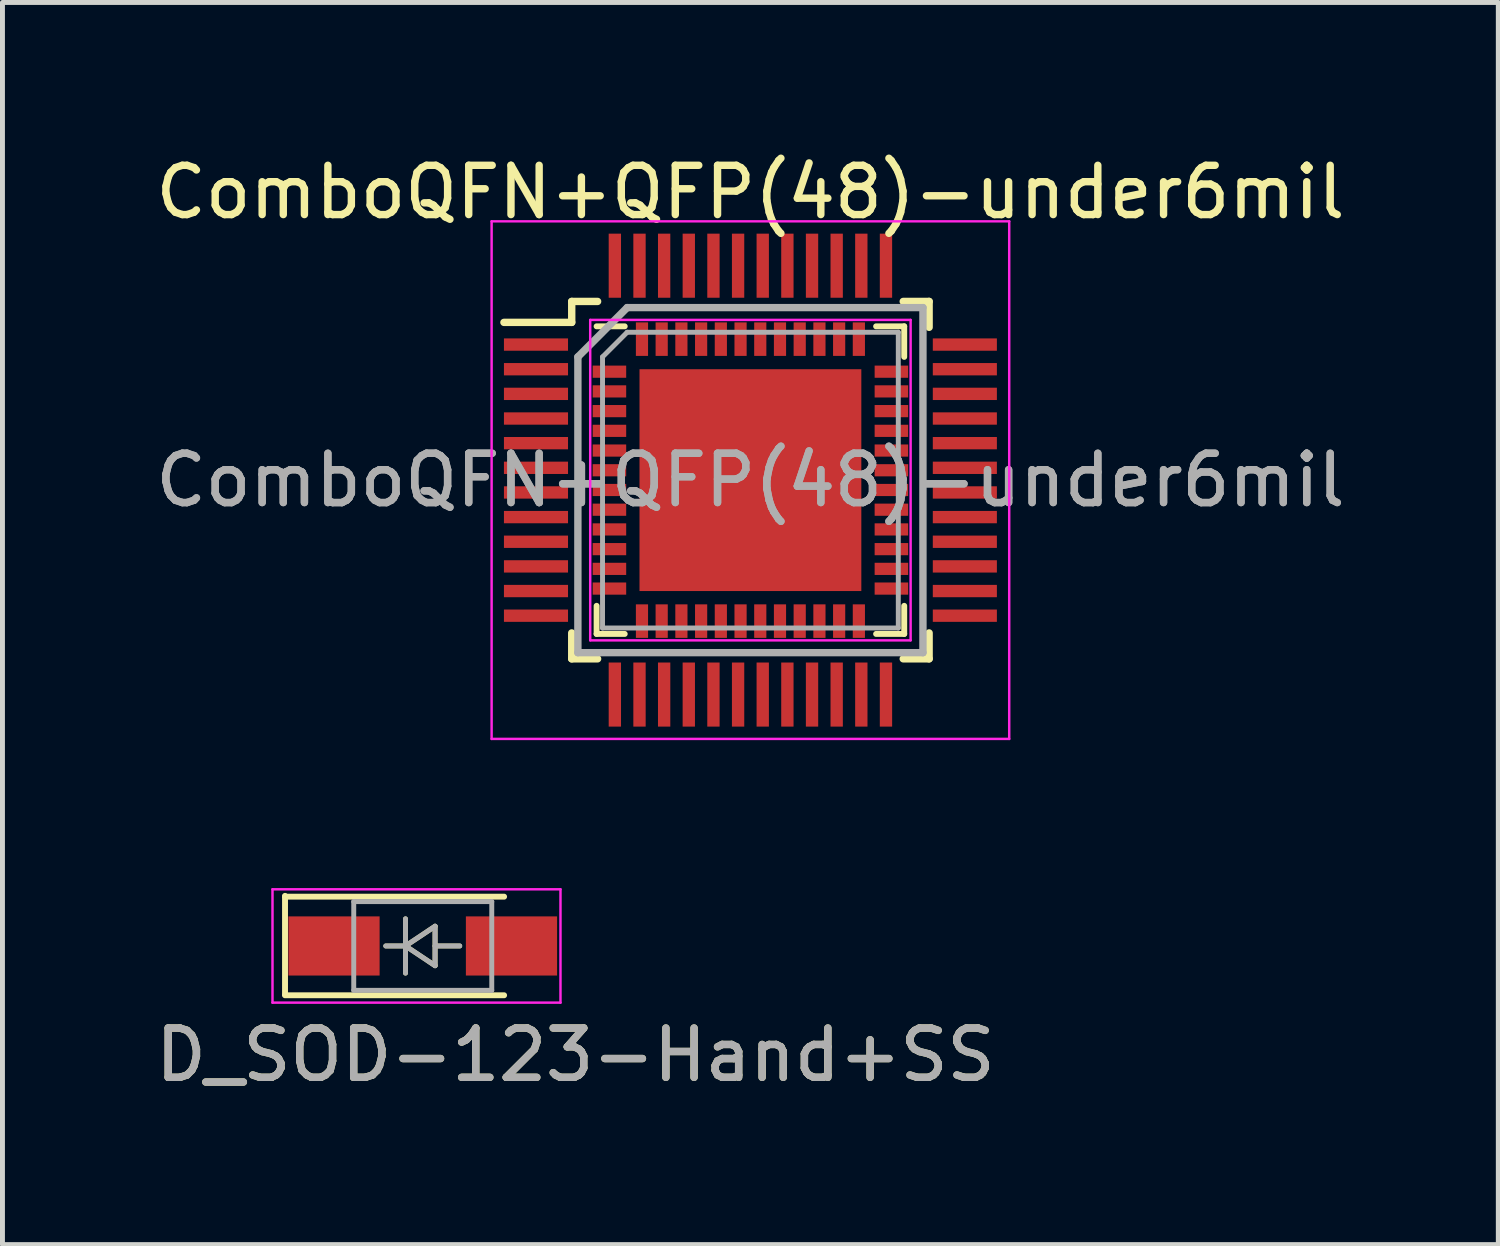
<source format=kicad_pcb>
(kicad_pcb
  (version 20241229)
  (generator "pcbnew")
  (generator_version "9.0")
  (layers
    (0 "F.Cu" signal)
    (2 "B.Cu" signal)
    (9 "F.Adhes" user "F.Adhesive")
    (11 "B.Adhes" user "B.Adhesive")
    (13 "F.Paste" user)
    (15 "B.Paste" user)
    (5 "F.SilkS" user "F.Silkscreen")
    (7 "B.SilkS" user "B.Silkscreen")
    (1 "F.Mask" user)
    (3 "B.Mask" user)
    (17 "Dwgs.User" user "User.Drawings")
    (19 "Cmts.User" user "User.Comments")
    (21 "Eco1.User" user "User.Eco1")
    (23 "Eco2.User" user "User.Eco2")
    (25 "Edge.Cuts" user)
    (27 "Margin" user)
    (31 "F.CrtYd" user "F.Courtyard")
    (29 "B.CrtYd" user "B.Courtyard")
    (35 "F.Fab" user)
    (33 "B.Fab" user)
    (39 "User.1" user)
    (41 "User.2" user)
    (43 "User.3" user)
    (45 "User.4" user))
  (footprint "ComboQFN+QFP(48)-under6mil"
    (layer "F.Cu")
    (at 12.173 6.69)
    (property "Reference" "ComboQFN+QFP(48)-under6mil" (at 0 -5.842 0) (layer "F.SilkS") (effects (font (size 1 1) (thickness 0.15))))
    (attr smd)
    (fp_line (start -3.625 -3.625) (end -3.625 -3.2) (stroke (width 0.15) (type solid)) (layer "F.SilkS"))
    (fp_line (start -3.625 -3.625) (end -3.1 -3.625) (stroke (width 0.15) (type solid)) (layer "F.SilkS"))
    (fp_line (start -3.625 -3.2) (end -5 -3.2) (stroke (width 0.15) (type solid)) (layer "F.SilkS"))
    (fp_line (start -3.625 3.625) (end -3.625 3.1) (stroke (width 0.15) (type solid)) (layer "F.SilkS"))
    (fp_line (start -3.625 3.625) (end -3.1 3.625) (stroke (width 0.15) (type solid)) (layer "F.SilkS"))
    (fp_line (start -3.12 -3.12) (end -2.55 -3.12) (stroke (width 0.12) (type solid)) (layer "F.SilkS"))
    (fp_line (start -3.12 3.12) (end -3.12 2.55) (stroke (width 0.12) (type solid)) (layer "F.SilkS"))
    (fp_line (start -2.55 3.12) (end -3.12 3.12) (stroke (width 0.12) (type solid)) (layer "F.SilkS"))
    (fp_line (start 2.55 -3.12) (end 3.12 -3.12) (stroke (width 0.12) (type solid)) (layer "F.SilkS"))
    (fp_line (start 2.55 3.12) (end 3.12 3.12) (stroke (width 0.12) (type solid)) (layer "F.SilkS"))
    (fp_line (start 3.12 -2.5) (end 3.12 -3.12) (stroke (width 0.12) (type solid)) (layer "F.SilkS"))
    (fp_line (start 3.12 3.12) (end 3.12 2.55) (stroke (width 0.12) (type solid)) (layer "F.SilkS"))
    (fp_line (start 3.625 -3.625) (end 3.1 -3.625) (stroke (width 0.15) (type solid)) (layer "F.SilkS"))
    (fp_line (start 3.625 -3.625) (end 3.625 -3.1) (stroke (width 0.15) (type solid)) (layer "F.SilkS"))
    (fp_line (start 3.625 3.625) (end 3.1 3.625) (stroke (width 0.15) (type solid)) (layer "F.SilkS"))
    (fp_line (start 3.625 3.625) (end 3.625 3.1) (stroke (width 0.15) (type solid)) (layer "F.SilkS"))
    (fp_line (start -5.25 -5.25) (end -5.25 5.25) (stroke (width 0.05) (type solid)) (layer "F.CrtYd"))
    (fp_line (start -5.25 -5.25) (end 5.25 -5.25) (stroke (width 0.05) (type solid)) (layer "F.CrtYd"))
    (fp_line (start -5.25 5.25) (end 5.25 5.25) (stroke (width 0.05) (type solid)) (layer "F.CrtYd"))
    (fp_line (start -3.25 -3.25) (end -3.25 3.25) (stroke (width 0.05) (type solid)) (layer "F.CrtYd"))
    (fp_line (start -3.25 3.25) (end 3.25 3.25) (stroke (width 0.05) (type solid)) (layer "F.CrtYd"))
    (fp_line (start 3.25 -3.25) (end -3.25 -3.25) (stroke (width 0.05) (type solid)) (layer "F.CrtYd"))
    (fp_line (start 3.25 3.25) (end 3.25 -3.25) (stroke (width 0.05) (type solid)) (layer "F.CrtYd"))
    (fp_line (start 5.25 -5.25) (end 5.25 5.25) (stroke (width 0.05) (type solid)) (layer "F.CrtYd"))
    (fp_line (start -3.5 -2.5) (end -2.5 -3.5) (stroke (width 0.15) (type solid)) (layer "F.Fab"))
    (fp_line (start -3.5 3.5) (end -3.5 -2.5) (stroke (width 0.15) (type solid)) (layer "F.Fab"))
    (fp_line (start -3 3) (end -3 -2.5) (stroke (width 0.1) (type solid)) (layer "F.Fab"))
    (fp_line (start -2.5 -3.5) (end 3.5 -3.5) (stroke (width 0.15) (type solid)) (layer "F.Fab"))
    (fp_line (start -2.5 -3) (end -3 -2.5) (stroke (width 0.1) (type solid)) (layer "F.Fab"))
    (fp_line (start 3 -3) (end -2.5 -3) (stroke (width 0.1) (type solid)) (layer "F.Fab"))
    (fp_line (start 3 -3) (end 3 3) (stroke (width 0.1) (type solid)) (layer "F.Fab"))
    (fp_line (start 3 3) (end -3 3) (stroke (width 0.1) (type solid)) (layer "F.Fab"))
    (fp_line (start 3.5 -3.5) (end 3.5 3.5) (stroke (width 0.15) (type solid)) (layer "F.Fab"))
    (fp_line (start 3.5 3.5) (end -3.5 3.5) (stroke (width 0.15) (type solid)) (layer "F.Fab"))
    (fp_text user "${REFERENCE}" (at 0 0 0) (layer "F.Fab") (effects (font (size 1 1) (thickness 0.15))))
    (fp_text user "${REFERENCE}" (at 0 0 0) (layer "F.Fab") (effects (font (size 1 1) (thickness 0.15))))
    (pad "" smd rect (at -1.725 -1.725) (size 0.9 0.9) (layers "F.Paste"))
    (pad "" smd rect (at -1.725 -0.575) (size 0.9 0.9) (layers "F.Paste"))
    (pad "" smd rect (at -1.725 0.575) (size 0.9 0.9) (layers "F.Paste"))
    (pad "" smd rect (at -1.725 1.725) (size 0.9 0.9) (layers "F.Paste"))
    (pad "" smd rect (at -0.575 -1.725) (size 0.9 0.9) (layers "F.Paste"))
    (pad "" smd rect (at -0.575 -0.575) (size 0.9 0.9) (layers "F.Paste"))
    (pad "" smd rect (at -0.575 0.575) (size 0.9 0.9) (layers "F.Paste"))
    (pad "" smd rect (at -0.575 1.725) (size 0.9 0.9) (layers "F.Paste"))
    (pad "" smd rect (at 0.575 -1.725) (size 0.9 0.9) (layers "F.Paste"))
    (pad "" smd rect (at 0.575 -0.575) (size 0.9 0.9) (layers "F.Paste"))
    (pad "" smd rect (at 0.575 0.575) (size 0.9 0.9) (layers "F.Paste"))
    (pad "" smd rect (at 0.575 1.725) (size 0.9 0.9) (layers "F.Paste"))
    (pad "" smd rect (at 1.725 -1.725) (size 0.9 0.9) (layers "F.Paste"))
    (pad "" smd rect (at 1.725 -0.575) (size 0.9 0.9) (layers "F.Paste"))
    (pad "" smd rect (at 1.725 0.575) (size 0.9 0.9) (layers "F.Paste"))
    (pad "" smd rect (at 1.725 1.725) (size 0.9 0.9) (layers "F.Paste"))
    (pad "1" smd rect (at -4.35 -2.75) (size 1.3 0.25) (layers "F.Cu" "F.Mask" "F.Paste"))
    (pad "1" smd rect (at -2.86 -2.2) (size 0.68 0.247) (layers "F.Cu" "F.Mask" "F.Paste"))
    (pad "2" smd rect (at -4.35 -2.25) (size 1.3 0.25) (layers "F.Cu" "F.Mask" "F.Paste"))
    (pad "2" smd rect (at -2.86 -1.8) (size 0.68 0.247) (layers "F.Cu" "F.Mask" "F.Paste"))
    (pad "3" smd rect (at -4.35 -1.75) (size 1.3 0.25) (layers "F.Cu" "F.Mask" "F.Paste"))
    (pad "3" smd rect (at -2.86 -1.4) (size 0.68 0.247) (layers "F.Cu" "F.Mask" "F.Paste"))
    (pad "4" smd rect (at -4.35 -1.25) (size 1.3 0.25) (layers "F.Cu" "F.Mask" "F.Paste"))
    (pad "4" smd rect (at -2.86 -1) (size 0.68 0.247) (layers "F.Cu" "F.Mask" "F.Paste"))
    (pad "5" smd rect (at -4.35 -0.75) (size 1.3 0.25) (layers "F.Cu" "F.Mask" "F.Paste"))
    (pad "5" smd rect (at -2.86 -0.6) (size 0.68 0.247) (layers "F.Cu" "F.Mask" "F.Paste"))
    (pad "6" smd rect (at -4.35 -0.25) (size 1.3 0.25) (layers "F.Cu" "F.Mask" "F.Paste"))
    (pad "6" smd rect (at -2.86 -0.2) (size 0.68 0.247) (layers "F.Cu" "F.Mask" "F.Paste"))
    (pad "7" smd rect (at -4.35 0.25) (size 1.3 0.25) (layers "F.Cu" "F.Mask" "F.Paste"))
    (pad "7" smd rect (at -2.86 0.2) (size 0.68 0.247) (layers "F.Cu" "F.Mask" "F.Paste"))
    (pad "8" smd rect (at -4.35 0.75) (size 1.3 0.25) (layers "F.Cu" "F.Mask" "F.Paste"))
    (pad "8" smd rect (at -2.86 0.6) (size 0.68 0.247) (layers "F.Cu" "F.Mask" "F.Paste"))
    (pad "9" smd rect (at -4.35 1.25) (size 1.3 0.25) (layers "F.Cu" "F.Mask" "F.Paste"))
    (pad "9" smd rect (at -2.86 1) (size 0.68 0.247) (layers "F.Cu" "F.Mask" "F.Paste"))
    (pad "10" smd rect (at -4.35 1.75) (size 1.3 0.25) (layers "F.Cu" "F.Mask" "F.Paste"))
    (pad "10" smd rect (at -2.86 1.4) (size 0.68 0.247) (layers "F.Cu" "F.Mask" "F.Paste"))
    (pad "11" smd rect (at -4.35 2.25) (size 1.3 0.25) (layers "F.Cu" "F.Mask" "F.Paste"))
    (pad "11" smd rect (at -2.86 1.8) (size 0.68 0.247) (layers "F.Cu" "F.Mask" "F.Paste"))
    (pad "12" smd rect (at -4.35 2.75) (size 1.3 0.25) (layers "F.Cu" "F.Mask" "F.Paste"))
    (pad "12" smd rect (at -2.86 2.2) (size 0.68 0.247) (layers "F.Cu" "F.Mask" "F.Paste"))
    (pad "13" smd rect (at -2.75 4.35 90) (size 1.3 0.25) (layers "F.Cu" "F.Mask" "F.Paste"))
    (pad "13" smd rect (at -2.2 2.86) (size 0.247 0.68) (layers "F.Cu" "F.Mask" "F.Paste"))
    (pad "14" smd rect (at -2.25 4.35 90) (size 1.3 0.25) (layers "F.Cu" "F.Mask" "F.Paste"))
    (pad "14" smd rect (at -1.8 2.86) (size 0.247 0.68) (layers "F.Cu" "F.Mask" "F.Paste"))
    (pad "15" smd rect (at -1.75 4.35 90) (size 1.3 0.25) (layers "F.Cu" "F.Mask" "F.Paste"))
    (pad "15" smd rect (at -1.4 2.86) (size 0.247 0.68) (layers "F.Cu" "F.Mask" "F.Paste"))
    (pad "16" smd rect (at -1.25 4.35 90) (size 1.3 0.25) (layers "F.Cu" "F.Mask" "F.Paste"))
    (pad "16" smd rect (at -1 2.86) (size 0.247 0.68) (layers "F.Cu" "F.Mask" "F.Paste"))
    (pad "17" smd rect (at -0.75 4.35 90) (size 1.3 0.25) (layers "F.Cu" "F.Mask" "F.Paste"))
    (pad "17" smd rect (at -0.6 2.86) (size 0.247 0.68) (layers "F.Cu" "F.Mask" "F.Paste"))
    (pad "18" smd rect (at -0.25 4.35 90) (size 1.3 0.25) (layers "F.Cu" "F.Mask" "F.Paste"))
    (pad "18" smd rect (at -0.2 2.86) (size 0.247 0.68) (layers "F.Cu" "F.Mask" "F.Paste"))
    (pad "19" smd rect (at 0.2 2.86) (size 0.247 0.68) (layers "F.Cu" "F.Mask" "F.Paste"))
    (pad "19" smd rect (at 0.25 4.35 90) (size 1.3 0.25) (layers "F.Cu" "F.Mask" "F.Paste"))
    (pad "20" smd rect (at 0.6 2.86) (size 0.247 0.68) (layers "F.Cu" "F.Mask" "F.Paste"))
    (pad "20" smd rect (at 0.75 4.35 90) (size 1.3 0.25) (layers "F.Cu" "F.Mask" "F.Paste"))
    (pad "21" smd rect (at 1 2.86) (size 0.247 0.68) (layers "F.Cu" "F.Mask" "F.Paste"))
    (pad "21" smd rect (at 1.25 4.35 90) (size 1.3 0.25) (layers "F.Cu" "F.Mask" "F.Paste"))
    (pad "22" smd rect (at 1.4 2.86) (size 0.247 0.68) (layers "F.Cu" "F.Mask" "F.Paste"))
    (pad "22" smd rect (at 1.75 4.35 90) (size 1.3 0.25) (layers "F.Cu" "F.Mask" "F.Paste"))
    (pad "23" smd rect (at 1.8 2.86) (size 0.247 0.68) (layers "F.Cu" "F.Mask" "F.Paste"))
    (pad "23" smd rect (at 2.25 4.35 90) (size 1.3 0.25) (layers "F.Cu" "F.Mask" "F.Paste"))
    (pad "24" smd rect (at 2.2 2.86) (size 0.247 0.68) (layers "F.Cu" "F.Mask" "F.Paste"))
    (pad "24" smd rect (at 2.75 4.35 90) (size 1.3 0.25) (layers "F.Cu" "F.Mask" "F.Paste"))
    (pad "25" smd rect (at 2.86 2.2) (size 0.68 0.247) (layers "F.Cu" "F.Mask" "F.Paste"))
    (pad "25" smd rect (at 4.35 2.75) (size 1.3 0.25) (layers "F.Cu" "F.Mask" "F.Paste"))
    (pad "26" smd rect (at 2.86 1.8) (size 0.68 0.247) (layers "F.Cu" "F.Mask" "F.Paste"))
    (pad "26" smd rect (at 4.35 2.25) (size 1.3 0.25) (layers "F.Cu" "F.Mask" "F.Paste"))
    (pad "27" smd rect (at 2.86 1.4) (size 0.68 0.247) (layers "F.Cu" "F.Mask" "F.Paste"))
    (pad "27" smd rect (at 4.35 1.75) (size 1.3 0.25) (layers "F.Cu" "F.Mask" "F.Paste"))
    (pad "28" smd rect (at 2.86 1) (size 0.68 0.247) (layers "F.Cu" "F.Mask" "F.Paste"))
    (pad "28" smd rect (at 4.35 1.25) (size 1.3 0.25) (layers "F.Cu" "F.Mask" "F.Paste"))
    (pad "29" smd rect (at 2.86 0.6) (size 0.68 0.247) (layers "F.Cu" "F.Mask" "F.Paste"))
    (pad "29" smd rect (at 4.35 0.75) (size 1.3 0.25) (layers "F.Cu" "F.Mask" "F.Paste"))
    (pad "30" smd rect (at 2.86 0.2) (size 0.68 0.247) (layers "F.Cu" "F.Mask" "F.Paste"))
    (pad "30" smd rect (at 4.35 0.25) (size 1.3 0.25) (layers "F.Cu" "F.Mask" "F.Paste"))
    (pad "31" smd rect (at 2.86 -0.2) (size 0.68 0.247) (layers "F.Cu" "F.Mask" "F.Paste"))
    (pad "31" smd rect (at 4.35 -0.25) (size 1.3 0.25) (layers "F.Cu" "F.Mask" "F.Paste"))
    (pad "32" smd rect (at 2.86 -0.6) (size 0.68 0.247) (layers "F.Cu" "F.Mask" "F.Paste"))
    (pad "32" smd rect (at 4.35 -0.75) (size 1.3 0.25) (layers "F.Cu" "F.Mask" "F.Paste"))
    (pad "33" smd rect (at 2.86 -1) (size 0.68 0.247) (layers "F.Cu" "F.Mask" "F.Paste"))
    (pad "33" smd rect (at 4.35 -1.25) (size 1.3 0.25) (layers "F.Cu" "F.Mask" "F.Paste"))
    (pad "34" smd rect (at 2.86 -1.4) (size 0.68 0.247) (layers "F.Cu" "F.Mask" "F.Paste"))
    (pad "34" smd rect (at 4.35 -1.75) (size 1.3 0.25) (layers "F.Cu" "F.Mask" "F.Paste"))
    (pad "35" smd rect (at 2.86 -1.8) (size 0.68 0.247) (layers "F.Cu" "F.Mask" "F.Paste"))
    (pad "35" smd rect (at 4.35 -2.25) (size 1.3 0.25) (layers "F.Cu" "F.Mask" "F.Paste"))
    (pad "36" smd rect (at 2.86 -2.2) (size 0.68 0.247) (layers "F.Cu" "F.Mask" "F.Paste"))
    (pad "36" smd rect (at 4.35 -2.75) (size 1.3 0.25) (layers "F.Cu" "F.Mask" "F.Paste"))
    (pad "37" smd rect (at 2.2 -2.86) (size 0.247 0.68) (layers "F.Cu" "F.Mask" "F.Paste"))
    (pad "37" smd rect (at 2.75 -4.35 90) (size 1.3 0.25) (layers "F.Cu" "F.Mask" "F.Paste"))
    (pad "38" smd rect (at 1.8 -2.86) (size 0.247 0.68) (layers "F.Cu" "F.Mask" "F.Paste"))
    (pad "38" smd rect (at 2.25 -4.35 90) (size 1.3 0.25) (layers "F.Cu" "F.Mask" "F.Paste"))
    (pad "39" smd rect (at 1.4 -2.86) (size 0.247 0.68) (layers "F.Cu" "F.Mask" "F.Paste"))
    (pad "39" smd rect (at 1.75 -4.35 90) (size 1.3 0.25) (layers "F.Cu" "F.Mask" "F.Paste"))
    (pad "40" smd rect (at 1 -2.86) (size 0.247 0.68) (layers "F.Cu" "F.Mask" "F.Paste"))
    (pad "40" smd rect (at 1.25 -4.35 90) (size 1.3 0.25) (layers "F.Cu" "F.Mask" "F.Paste"))
    (pad "41" smd rect (at 0.6 -2.86) (size 0.247 0.68) (layers "F.Cu" "F.Mask" "F.Paste"))
    (pad "41" smd rect (at 0.75 -4.35 90) (size 1.3 0.25) (layers "F.Cu" "F.Mask" "F.Paste"))
    (pad "42" smd rect (at 0.2 -2.86) (size 0.247 0.68) (layers "F.Cu" "F.Mask" "F.Paste"))
    (pad "42" smd rect (at 0.25 -4.35 90) (size 1.3 0.25) (layers "F.Cu" "F.Mask" "F.Paste"))
    (pad "43" smd rect (at -0.25 -4.35 90) (size 1.3 0.25) (layers "F.Cu" "F.Mask" "F.Paste"))
    (pad "43" smd rect (at -0.2 -2.86) (size 0.247 0.68) (layers "F.Cu" "F.Mask" "F.Paste"))
    (pad "44" smd rect (at -0.75 -4.35 90) (size 1.3 0.25) (layers "F.Cu" "F.Mask" "F.Paste"))
    (pad "44" smd rect (at -0.6 -2.86) (size 0.247 0.68) (layers "F.Cu" "F.Mask" "F.Paste"))
    (pad "45" smd rect (at -1.25 -4.35 90) (size 1.3 0.25) (layers "F.Cu" "F.Mask" "F.Paste"))
    (pad "45" smd rect (at -1 -2.86) (size 0.247 0.68) (layers "F.Cu" "F.Mask" "F.Paste"))
    (pad "46" smd rect (at -1.75 -4.35 90) (size 1.3 0.25) (layers "F.Cu" "F.Mask" "F.Paste"))
    (pad "46" smd rect (at -1.4 -2.86) (size 0.247 0.68) (layers "F.Cu" "F.Mask" "F.Paste"))
    (pad "47" smd rect (at -2.25 -4.35 90) (size 1.3 0.25) (layers "F.Cu" "F.Mask" "F.Paste"))
    (pad "47" smd rect (at -1.8 -2.86) (size 0.247 0.68) (layers "F.Cu" "F.Mask" "F.Paste"))
    (pad "48" smd rect (at -2.75 -4.35 90) (size 1.3 0.25) (layers "F.Cu" "F.Mask" "F.Paste"))
    (pad "48" smd rect (at -2.2 -2.86) (size 0.247 0.68) (layers "F.Cu" "F.Mask" "F.Paste"))
    (pad "49" smd rect (at 0 0) (size 4.5 4.5) (layers "F.Cu" "F.Mask")))
  (footprint "D_SOD-123-Hand+SS"
    (layer "F.Cu")
    (at 5.526 16.14)
    (property "Reference" "D_SOD-123-Hand+SS" (at 3.099 2.21 0) (layer "F.SilkS") (effects (font (size 1 1) (thickness 0.15))))
    (attr smd)
    (fp_line (start -2.794 -1.016) (end -2.794 0.984) (stroke (width 0.12) (type solid)) (layer "F.SilkS"))
    (fp_line (start -2.794 -1) (end 1.65 -1) (stroke (width 0.12) (type solid)) (layer "F.SilkS"))
    (fp_line (start -2.794 1) (end 1.65 1) (stroke (width 0.12) (type solid)) (layer "F.SilkS"))
    (fp_line (start -0.75 0) (end -0.35 0) (stroke (width 0.1) (type solid)) (layer "F.SilkS"))
    (fp_line (start -0.35 0) (end -0.35 -0.55) (stroke (width 0.1) (type solid)) (layer "F.SilkS"))
    (fp_line (start -0.35 0) (end -0.35 0.55) (stroke (width 0.1) (type solid)) (layer "F.SilkS"))
    (fp_line (start -0.35 0) (end 0.25 -0.4) (stroke (width 0.1) (type solid)) (layer "F.SilkS"))
    (fp_line (start 0.25 -0.4) (end 0.25 0.4) (stroke (width 0.1) (type solid)) (layer "F.SilkS"))
    (fp_line (start 0.25 0) (end 0.75 0) (stroke (width 0.1) (type solid)) (layer "F.SilkS"))
    (fp_line (start 0.25 0.4) (end -0.35 0) (stroke (width 0.1) (type solid)) (layer "F.SilkS"))
    (fp_line (start -3.048 -1.15) (end -3.048 1.15) (stroke (width 0.05) (type solid)) (layer "F.CrtYd"))
    (fp_line (start -3.048 -1.15) (end 2.794 -1.15) (stroke (width 0.05) (type solid)) (layer "F.CrtYd"))
    (fp_line (start 2.794 -1.15) (end 2.794 1.15) (stroke (width 0.05) (type solid)) (layer "F.CrtYd"))
    (fp_line (start 2.794 1.15) (end -3.048 1.15) (stroke (width 0.05) (type solid)) (layer "F.CrtYd"))
    (fp_line (start -1.4 -0.9) (end 1.4 -0.9) (stroke (width 0.1) (type solid)) (layer "F.Fab"))
    (fp_line (start -1.4 0.9) (end -1.4 -0.9) (stroke (width 0.1) (type solid)) (layer "F.Fab"))
    (fp_line (start -0.75 0) (end -0.35 0) (stroke (width 0.1) (type solid)) (layer "F.Fab"))
    (fp_line (start -0.35 0) (end -0.35 -0.55) (stroke (width 0.1) (type solid)) (layer "F.Fab"))
    (fp_line (start -0.35 0) (end -0.35 0.55) (stroke (width 0.1) (type solid)) (layer "F.Fab"))
    (fp_line (start -0.35 0) (end 0.25 -0.4) (stroke (width 0.1) (type solid)) (layer "F.Fab"))
    (fp_line (start 0.25 -0.4) (end 0.25 0.4) (stroke (width 0.1) (type solid)) (layer "F.Fab"))
    (fp_line (start 0.25 0) (end 0.75 0) (stroke (width 0.1) (type solid)) (layer "F.Fab"))
    (fp_line (start 0.25 0.4) (end -0.35 0) (stroke (width 0.1) (type solid)) (layer "F.Fab"))
    (fp_line (start 1.4 -0.9) (end 1.4 0.9) (stroke (width 0.1) (type solid)) (layer "F.Fab"))
    (fp_line (start 1.4 0.9) (end -1.4 0.9) (stroke (width 0.1) (type solid)) (layer "F.Fab"))
    (fp_text user "${REFERENCE}" (at 3.099 2.21 0) (layer "F.Fab") (effects (font (size 1 1) (thickness 0.15))))
    (pad "1" smd rect (at -1.8 0) (size 1.85 1.2) (layers "F.Cu" "F.Mask" "F.Paste"))
    (pad "2" smd rect (at 1.8 0) (size 1.85 1.2) (layers "F.Cu" "F.Mask" "F.Paste")))
  (gr_rect
    (start -3 -3)
    (end 27.345 22.198)
    (stroke (width 0.1) (type default))
    (fill no)
    (layer "Edge.Cuts")))
</source>
